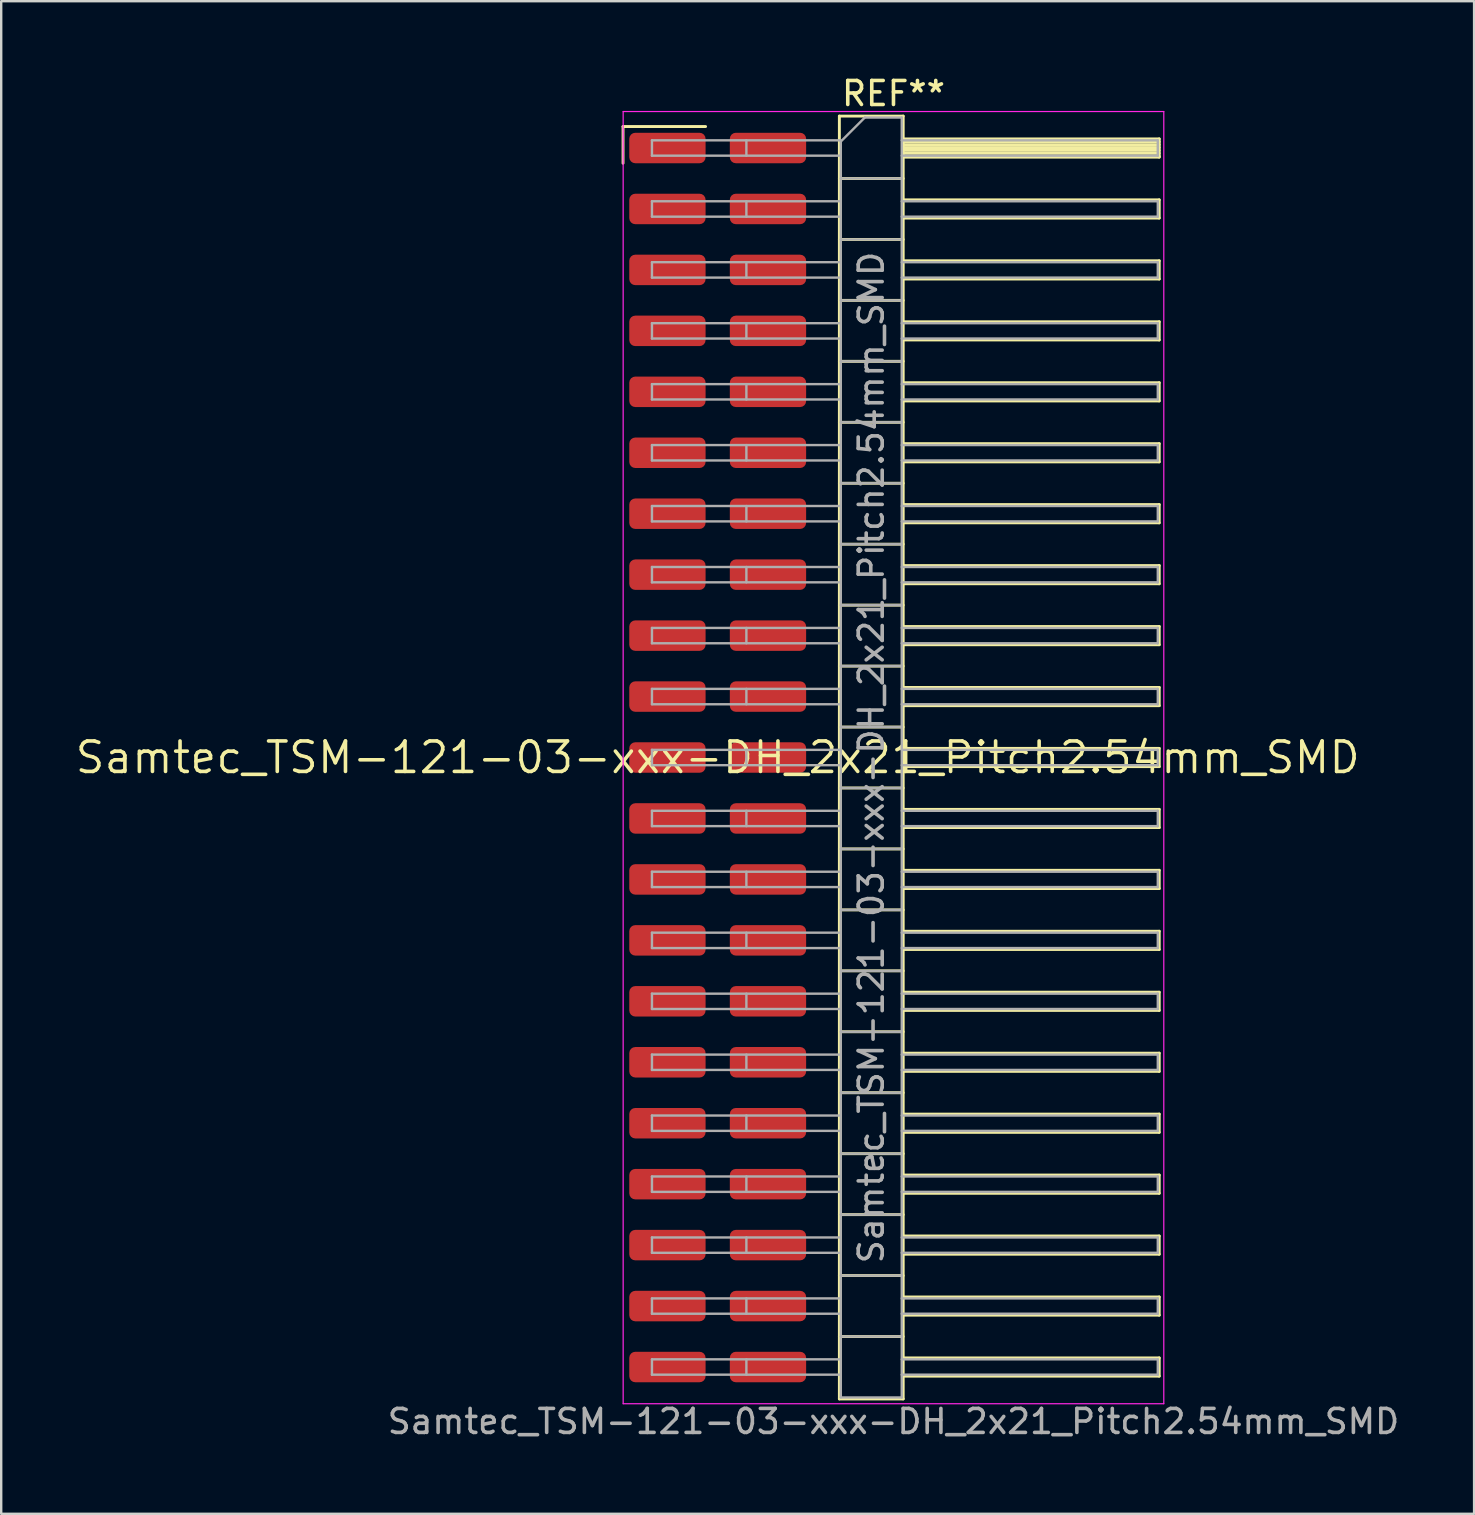
<source format=kicad_pcb>
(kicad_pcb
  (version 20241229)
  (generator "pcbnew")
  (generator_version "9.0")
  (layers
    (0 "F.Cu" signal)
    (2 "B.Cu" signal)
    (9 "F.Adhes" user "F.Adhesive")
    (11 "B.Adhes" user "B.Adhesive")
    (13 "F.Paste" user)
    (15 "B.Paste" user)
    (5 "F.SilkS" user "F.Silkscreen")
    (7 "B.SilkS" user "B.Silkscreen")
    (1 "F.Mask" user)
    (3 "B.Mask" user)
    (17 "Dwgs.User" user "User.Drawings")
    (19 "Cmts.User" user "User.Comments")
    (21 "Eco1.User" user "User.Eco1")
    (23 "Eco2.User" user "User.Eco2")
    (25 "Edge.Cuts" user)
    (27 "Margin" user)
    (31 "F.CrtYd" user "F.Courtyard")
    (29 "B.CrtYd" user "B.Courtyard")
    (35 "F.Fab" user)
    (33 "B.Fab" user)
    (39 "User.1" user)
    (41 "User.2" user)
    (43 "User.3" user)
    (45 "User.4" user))
  (footprint "Samtec_TSM-121-03-xxx-DH_2x21_Pitch2.54mm_SMD"
    (layer "F.Cu")
    (at 26.859 28.518)
    (property "Reference" "Samtec_TSM-121-03-xxx-DH_2x21_Pitch2.54mm_SMD" (at 0 0 0) (layer "F.SilkS") (effects (font (size 1.27 1.27) (thickness 0.15))))
    (attr smd)
    (fp_line (start -3.945 -26.295) (end -0.505 -26.295) (stroke (width 0.12) (type solid)) (layer "F.SilkS"))
    (fp_line (start -3.945 -24.765) (end -3.945 -26.295) (stroke (width 0.12) (type solid)) (layer "F.SilkS"))
    (fp_line (start 5.07 -26.73) (end 7.73 -26.73) (stroke (width 0.12) (type solid)) (layer "F.SilkS"))
    (fp_line (start 5.07 -24.13) (end 7.73 -24.13) (stroke (width 0.12) (type solid)) (layer "F.SilkS"))
    (fp_line (start 5.07 -21.59) (end 7.73 -21.59) (stroke (width 0.12) (type solid)) (layer "F.SilkS"))
    (fp_line (start 5.07 -19.05) (end 7.73 -19.05) (stroke (width 0.12) (type solid)) (layer "F.SilkS"))
    (fp_line (start 5.07 -16.51) (end 7.73 -16.51) (stroke (width 0.12) (type solid)) (layer "F.SilkS"))
    (fp_line (start 5.07 -13.97) (end 7.73 -13.97) (stroke (width 0.12) (type solid)) (layer "F.SilkS"))
    (fp_line (start 5.07 -11.43) (end 7.73 -11.43) (stroke (width 0.12) (type solid)) (layer "F.SilkS"))
    (fp_line (start 5.07 -8.89) (end 7.73 -8.89) (stroke (width 0.12) (type solid)) (layer "F.SilkS"))
    (fp_line (start 5.07 -6.35) (end 7.73 -6.35) (stroke (width 0.12) (type solid)) (layer "F.SilkS"))
    (fp_line (start 5.07 -3.81) (end 7.73 -3.81) (stroke (width 0.12) (type solid)) (layer "F.SilkS"))
    (fp_line (start 5.07 -1.27) (end 7.73 -1.27) (stroke (width 0.12) (type solid)) (layer "F.SilkS"))
    (fp_line (start 5.07 1.27) (end 7.73 1.27) (stroke (width 0.12) (type solid)) (layer "F.SilkS"))
    (fp_line (start 5.07 3.81) (end 7.73 3.81) (stroke (width 0.12) (type solid)) (layer "F.SilkS"))
    (fp_line (start 5.07 6.35) (end 7.73 6.35) (stroke (width 0.12) (type solid)) (layer "F.SilkS"))
    (fp_line (start 5.07 8.89) (end 7.73 8.89) (stroke (width 0.12) (type solid)) (layer "F.SilkS"))
    (fp_line (start 5.07 11.43) (end 7.73 11.43) (stroke (width 0.12) (type solid)) (layer "F.SilkS"))
    (fp_line (start 5.07 13.97) (end 7.73 13.97) (stroke (width 0.12) (type solid)) (layer "F.SilkS"))
    (fp_line (start 5.07 16.51) (end 7.73 16.51) (stroke (width 0.12) (type solid)) (layer "F.SilkS"))
    (fp_line (start 5.07 19.05) (end 7.73 19.05) (stroke (width 0.12) (type solid)) (layer "F.SilkS"))
    (fp_line (start 5.07 21.59) (end 7.73 21.59) (stroke (width 0.12) (type solid)) (layer "F.SilkS"))
    (fp_line (start 5.07 24.13) (end 7.73 24.13) (stroke (width 0.12) (type solid)) (layer "F.SilkS"))
    (fp_line (start 5.07 26.73) (end 5.07 -26.73) (stroke (width 0.12) (type solid)) (layer "F.SilkS"))
    (fp_line (start 7.73 -26.73) (end 7.73 26.73) (stroke (width 0.12) (type solid)) (layer "F.SilkS"))
    (fp_line (start 7.73 -25.78) (end 18.4 -25.78) (stroke (width 0.12) (type solid)) (layer "F.SilkS"))
    (fp_line (start 7.73 -25.66) (end 18.4 -25.66) (stroke (width 0.12) (type solid)) (layer "F.SilkS"))
    (fp_line (start 7.73 -25.54) (end 18.4 -25.54) (stroke (width 0.12) (type solid)) (layer "F.SilkS"))
    (fp_line (start 7.73 -25.42) (end 18.4 -25.42) (stroke (width 0.12) (type solid)) (layer "F.SilkS"))
    (fp_line (start 7.73 -25.3) (end 18.4 -25.3) (stroke (width 0.12) (type solid)) (layer "F.SilkS"))
    (fp_line (start 7.73 -25.18) (end 18.4 -25.18) (stroke (width 0.12) (type solid)) (layer "F.SilkS"))
    (fp_line (start 7.73 -25.06) (end 18.4 -25.06) (stroke (width 0.12) (type solid)) (layer "F.SilkS"))
    (fp_line (start 7.73 -25.02) (end 18.4 -25.02) (stroke (width 0.12) (type solid)) (layer "F.SilkS"))
    (fp_line (start 7.73 -23.24) (end 18.4 -23.24) (stroke (width 0.12) (type solid)) (layer "F.SilkS"))
    (fp_line (start 7.73 -22.48) (end 18.4 -22.48) (stroke (width 0.12) (type solid)) (layer "F.SilkS"))
    (fp_line (start 7.73 -20.7) (end 18.4 -20.7) (stroke (width 0.12) (type solid)) (layer "F.SilkS"))
    (fp_line (start 7.73 -19.94) (end 18.4 -19.94) (stroke (width 0.12) (type solid)) (layer "F.SilkS"))
    (fp_line (start 7.73 -18.16) (end 18.4 -18.16) (stroke (width 0.12) (type solid)) (layer "F.SilkS"))
    (fp_line (start 7.73 -17.4) (end 18.4 -17.4) (stroke (width 0.12) (type solid)) (layer "F.SilkS"))
    (fp_line (start 7.73 -15.62) (end 18.4 -15.62) (stroke (width 0.12) (type solid)) (layer "F.SilkS"))
    (fp_line (start 7.73 -14.86) (end 18.4 -14.86) (stroke (width 0.12) (type solid)) (layer "F.SilkS"))
    (fp_line (start 7.73 -13.08) (end 18.4 -13.08) (stroke (width 0.12) (type solid)) (layer "F.SilkS"))
    (fp_line (start 7.73 -12.32) (end 18.4 -12.32) (stroke (width 0.12) (type solid)) (layer "F.SilkS"))
    (fp_line (start 7.73 -10.54) (end 18.4 -10.54) (stroke (width 0.12) (type solid)) (layer "F.SilkS"))
    (fp_line (start 7.73 -9.78) (end 18.4 -9.78) (stroke (width 0.12) (type solid)) (layer "F.SilkS"))
    (fp_line (start 7.73 -8) (end 18.4 -8) (stroke (width 0.12) (type solid)) (layer "F.SilkS"))
    (fp_line (start 7.73 -7.24) (end 18.4 -7.24) (stroke (width 0.12) (type solid)) (layer "F.SilkS"))
    (fp_line (start 7.73 -5.46) (end 18.4 -5.46) (stroke (width 0.12) (type solid)) (layer "F.SilkS"))
    (fp_line (start 7.73 -4.7) (end 18.4 -4.7) (stroke (width 0.12) (type solid)) (layer "F.SilkS"))
    (fp_line (start 7.73 -2.92) (end 18.4 -2.92) (stroke (width 0.12) (type solid)) (layer "F.SilkS"))
    (fp_line (start 7.73 -2.16) (end 18.4 -2.16) (stroke (width 0.12) (type solid)) (layer "F.SilkS"))
    (fp_line (start 7.73 -0.38) (end 18.4 -0.38) (stroke (width 0.12) (type solid)) (layer "F.SilkS"))
    (fp_line (start 7.73 0.38) (end 18.4 0.38) (stroke (width 0.12) (type solid)) (layer "F.SilkS"))
    (fp_line (start 7.73 2.16) (end 18.4 2.16) (stroke (width 0.12) (type solid)) (layer "F.SilkS"))
    (fp_line (start 7.73 2.92) (end 18.4 2.92) (stroke (width 0.12) (type solid)) (layer "F.SilkS"))
    (fp_line (start 7.73 4.7) (end 18.4 4.7) (stroke (width 0.12) (type solid)) (layer "F.SilkS"))
    (fp_line (start 7.73 5.46) (end 18.4 5.46) (stroke (width 0.12) (type solid)) (layer "F.SilkS"))
    (fp_line (start 7.73 7.24) (end 18.4 7.24) (stroke (width 0.12) (type solid)) (layer "F.SilkS"))
    (fp_line (start 7.73 8) (end 18.4 8) (stroke (width 0.12) (type solid)) (layer "F.SilkS"))
    (fp_line (start 7.73 9.78) (end 18.4 9.78) (stroke (width 0.12) (type solid)) (layer "F.SilkS"))
    (fp_line (start 7.73 10.54) (end 18.4 10.54) (stroke (width 0.12) (type solid)) (layer "F.SilkS"))
    (fp_line (start 7.73 12.32) (end 18.4 12.32) (stroke (width 0.12) (type solid)) (layer "F.SilkS"))
    (fp_line (start 7.73 13.08) (end 18.4 13.08) (stroke (width 0.12) (type solid)) (layer "F.SilkS"))
    (fp_line (start 7.73 14.86) (end 18.4 14.86) (stroke (width 0.12) (type solid)) (layer "F.SilkS"))
    (fp_line (start 7.73 15.62) (end 18.4 15.62) (stroke (width 0.12) (type solid)) (layer "F.SilkS"))
    (fp_line (start 7.73 17.4) (end 18.4 17.4) (stroke (width 0.12) (type solid)) (layer "F.SilkS"))
    (fp_line (start 7.73 18.16) (end 18.4 18.16) (stroke (width 0.12) (type solid)) (layer "F.SilkS"))
    (fp_line (start 7.73 19.94) (end 18.4 19.94) (stroke (width 0.12) (type solid)) (layer "F.SilkS"))
    (fp_line (start 7.73 20.7) (end 18.4 20.7) (stroke (width 0.12) (type solid)) (layer "F.SilkS"))
    (fp_line (start 7.73 22.48) (end 18.4 22.48) (stroke (width 0.12) (type solid)) (layer "F.SilkS"))
    (fp_line (start 7.73 23.24) (end 18.4 23.24) (stroke (width 0.12) (type solid)) (layer "F.SilkS"))
    (fp_line (start 7.73 25.02) (end 18.4 25.02) (stroke (width 0.12) (type solid)) (layer "F.SilkS"))
    (fp_line (start 7.73 25.78) (end 18.4 25.78) (stroke (width 0.12) (type solid)) (layer "F.SilkS"))
    (fp_line (start 7.73 26.73) (end 5.07 26.73) (stroke (width 0.12) (type solid)) (layer "F.SilkS"))
    (fp_line (start 18.4 -25.78) (end 18.4 -25.02) (stroke (width 0.12) (type solid)) (layer "F.SilkS"))
    (fp_line (start 18.4 -23.24) (end 18.4 -22.48) (stroke (width 0.12) (type solid)) (layer "F.SilkS"))
    (fp_line (start 18.4 -20.7) (end 18.4 -19.94) (stroke (width 0.12) (type solid)) (layer "F.SilkS"))
    (fp_line (start 18.4 -18.16) (end 18.4 -17.4) (stroke (width 0.12) (type solid)) (layer "F.SilkS"))
    (fp_line (start 18.4 -15.62) (end 18.4 -14.86) (stroke (width 0.12) (type solid)) (layer "F.SilkS"))
    (fp_line (start 18.4 -13.08) (end 18.4 -12.32) (stroke (width 0.12) (type solid)) (layer "F.SilkS"))
    (fp_line (start 18.4 -10.54) (end 18.4 -9.78) (stroke (width 0.12) (type solid)) (layer "F.SilkS"))
    (fp_line (start 18.4 -8) (end 18.4 -7.24) (stroke (width 0.12) (type solid)) (layer "F.SilkS"))
    (fp_line (start 18.4 -5.46) (end 18.4 -4.7) (stroke (width 0.12) (type solid)) (layer "F.SilkS"))
    (fp_line (start 18.4 -2.92) (end 18.4 -2.16) (stroke (width 0.12) (type solid)) (layer "F.SilkS"))
    (fp_line (start 18.4 -0.38) (end 18.4 0.38) (stroke (width 0.12) (type solid)) (layer "F.SilkS"))
    (fp_line (start 18.4 2.16) (end 18.4 2.92) (stroke (width 0.12) (type solid)) (layer "F.SilkS"))
    (fp_line (start 18.4 4.7) (end 18.4 5.46) (stroke (width 0.12) (type solid)) (layer "F.SilkS"))
    (fp_line (start 18.4 7.24) (end 18.4 8) (stroke (width 0.12) (type solid)) (layer "F.SilkS"))
    (fp_line (start 18.4 9.78) (end 18.4 10.54) (stroke (width 0.12) (type solid)) (layer "F.SilkS"))
    (fp_line (start 18.4 12.32) (end 18.4 13.08) (stroke (width 0.12) (type solid)) (layer "F.SilkS"))
    (fp_line (start 18.4 14.86) (end 18.4 15.62) (stroke (width 0.12) (type solid)) (layer "F.SilkS"))
    (fp_line (start 18.4 17.4) (end 18.4 18.16) (stroke (width 0.12) (type solid)) (layer "F.SilkS"))
    (fp_line (start 18.4 19.94) (end 18.4 20.7) (stroke (width 0.12) (type solid)) (layer "F.SilkS"))
    (fp_line (start 18.4 22.48) (end 18.4 23.24) (stroke (width 0.12) (type solid)) (layer "F.SilkS"))
    (fp_line (start 18.4 25.02) (end 18.4 25.78) (stroke (width 0.12) (type solid)) (layer "F.SilkS"))
    (fp_line (start -3.94 -26.92) (end 18.59 -26.92) (stroke (width 0.05) (type solid)) (layer "F.CrtYd"))
    (fp_line (start -3.94 26.93) (end -3.94 -26.92) (stroke (width 0.05) (type solid)) (layer "F.CrtYd"))
    (fp_line (start 18.59 -26.92) (end 18.59 26.93) (stroke (width 0.05) (type solid)) (layer "F.CrtYd"))
    (fp_line (start 18.59 26.93) (end -3.94 26.93) (stroke (width 0.05) (type solid)) (layer "F.CrtYd"))
    (fp_line (start -2.74 -25.72) (end -2.74 -25.08) (stroke (width 0.1) (type solid)) (layer "F.Fab"))
    (fp_line (start -2.74 -25.72) (end 5.13 -25.72) (stroke (width 0.1) (type solid)) (layer "F.Fab"))
    (fp_line (start -2.74 -25.08) (end 5.13 -25.08) (stroke (width 0.1) (type solid)) (layer "F.Fab"))
    (fp_line (start -2.74 -23.18) (end -2.74 -22.54) (stroke (width 0.1) (type solid)) (layer "F.Fab"))
    (fp_line (start -2.74 -23.18) (end 5.13 -23.18) (stroke (width 0.1) (type solid)) (layer "F.Fab"))
    (fp_line (start -2.74 -22.54) (end 5.13 -22.54) (stroke (width 0.1) (type solid)) (layer "F.Fab"))
    (fp_line (start -2.74 -20.64) (end -2.74 -20) (stroke (width 0.1) (type solid)) (layer "F.Fab"))
    (fp_line (start -2.74 -20.64) (end 5.13 -20.64) (stroke (width 0.1) (type solid)) (layer "F.Fab"))
    (fp_line (start -2.74 -20) (end 5.13 -20) (stroke (width 0.1) (type solid)) (layer "F.Fab"))
    (fp_line (start -2.74 -18.1) (end -2.74 -17.46) (stroke (width 0.1) (type solid)) (layer "F.Fab"))
    (fp_line (start -2.74 -18.1) (end 5.13 -18.1) (stroke (width 0.1) (type solid)) (layer "F.Fab"))
    (fp_line (start -2.74 -17.46) (end 5.13 -17.46) (stroke (width 0.1) (type solid)) (layer "F.Fab"))
    (fp_line (start -2.74 -15.56) (end -2.74 -14.92) (stroke (width 0.1) (type solid)) (layer "F.Fab"))
    (fp_line (start -2.74 -15.56) (end 5.13 -15.56) (stroke (width 0.1) (type solid)) (layer "F.Fab"))
    (fp_line (start -2.74 -14.92) (end 5.13 -14.92) (stroke (width 0.1) (type solid)) (layer "F.Fab"))
    (fp_line (start -2.74 -13.02) (end -2.74 -12.38) (stroke (width 0.1) (type solid)) (layer "F.Fab"))
    (fp_line (start -2.74 -13.02) (end 5.13 -13.02) (stroke (width 0.1) (type solid)) (layer "F.Fab"))
    (fp_line (start -2.74 -12.38) (end 5.13 -12.38) (stroke (width 0.1) (type solid)) (layer "F.Fab"))
    (fp_line (start -2.74 -10.48) (end -2.74 -9.84) (stroke (width 0.1) (type solid)) (layer "F.Fab"))
    (fp_line (start -2.74 -10.48) (end 5.13 -10.48) (stroke (width 0.1) (type solid)) (layer "F.Fab"))
    (fp_line (start -2.74 -9.84) (end 5.13 -9.84) (stroke (width 0.1) (type solid)) (layer "F.Fab"))
    (fp_line (start -2.74 -7.94) (end -2.74 -7.3) (stroke (width 0.1) (type solid)) (layer "F.Fab"))
    (fp_line (start -2.74 -7.94) (end 5.13 -7.94) (stroke (width 0.1) (type solid)) (layer "F.Fab"))
    (fp_line (start -2.74 -7.3) (end 5.13 -7.3) (stroke (width 0.1) (type solid)) (layer "F.Fab"))
    (fp_line (start -2.74 -5.4) (end -2.74 -4.76) (stroke (width 0.1) (type solid)) (layer "F.Fab"))
    (fp_line (start -2.74 -5.4) (end 5.13 -5.4) (stroke (width 0.1) (type solid)) (layer "F.Fab"))
    (fp_line (start -2.74 -4.76) (end 5.13 -4.76) (stroke (width 0.1) (type solid)) (layer "F.Fab"))
    (fp_line (start -2.74 -2.86) (end -2.74 -2.22) (stroke (width 0.1) (type solid)) (layer "F.Fab"))
    (fp_line (start -2.74 -2.86) (end 5.13 -2.86) (stroke (width 0.1) (type solid)) (layer "F.Fab"))
    (fp_line (start -2.74 -2.22) (end 5.13 -2.22) (stroke (width 0.1) (type solid)) (layer "F.Fab"))
    (fp_line (start -2.74 -0.32) (end -2.74 0.32) (stroke (width 0.1) (type solid)) (layer "F.Fab"))
    (fp_line (start -2.74 -0.32) (end 5.13 -0.32) (stroke (width 0.1) (type solid)) (layer "F.Fab"))
    (fp_line (start -2.74 0.32) (end 5.13 0.32) (stroke (width 0.1) (type solid)) (layer "F.Fab"))
    (fp_line (start -2.74 2.22) (end -2.74 2.86) (stroke (width 0.1) (type solid)) (layer "F.Fab"))
    (fp_line (start -2.74 2.22) (end 5.13 2.22) (stroke (width 0.1) (type solid)) (layer "F.Fab"))
    (fp_line (start -2.74 2.86) (end 5.13 2.86) (stroke (width 0.1) (type solid)) (layer "F.Fab"))
    (fp_line (start -2.74 4.76) (end -2.74 5.4) (stroke (width 0.1) (type solid)) (layer "F.Fab"))
    (fp_line (start -2.74 4.76) (end 5.13 4.76) (stroke (width 0.1) (type solid)) (layer "F.Fab"))
    (fp_line (start -2.74 5.4) (end 5.13 5.4) (stroke (width 0.1) (type solid)) (layer "F.Fab"))
    (fp_line (start -2.74 7.3) (end -2.74 7.94) (stroke (width 0.1) (type solid)) (layer "F.Fab"))
    (fp_line (start -2.74 7.3) (end 5.13 7.3) (stroke (width 0.1) (type solid)) (layer "F.Fab"))
    (fp_line (start -2.74 7.94) (end 5.13 7.94) (stroke (width 0.1) (type solid)) (layer "F.Fab"))
    (fp_line (start -2.74 9.84) (end -2.74 10.48) (stroke (width 0.1) (type solid)) (layer "F.Fab"))
    (fp_line (start -2.74 9.84) (end 5.13 9.84) (stroke (width 0.1) (type solid)) (layer "F.Fab"))
    (fp_line (start -2.74 10.48) (end 5.13 10.48) (stroke (width 0.1) (type solid)) (layer "F.Fab"))
    (fp_line (start -2.74 12.38) (end -2.74 13.02) (stroke (width 0.1) (type solid)) (layer "F.Fab"))
    (fp_line (start -2.74 12.38) (end 5.13 12.38) (stroke (width 0.1) (type solid)) (layer "F.Fab"))
    (fp_line (start -2.74 13.02) (end 5.13 13.02) (stroke (width 0.1) (type solid)) (layer "F.Fab"))
    (fp_line (start -2.74 14.92) (end -2.74 15.56) (stroke (width 0.1) (type solid)) (layer "F.Fab"))
    (fp_line (start -2.74 14.92) (end 5.13 14.92) (stroke (width 0.1) (type solid)) (layer "F.Fab"))
    (fp_line (start -2.74 15.56) (end 5.13 15.56) (stroke (width 0.1) (type solid)) (layer "F.Fab"))
    (fp_line (start -2.74 17.46) (end -2.74 18.1) (stroke (width 0.1) (type solid)) (layer "F.Fab"))
    (fp_line (start -2.74 17.46) (end 5.13 17.46) (stroke (width 0.1) (type solid)) (layer "F.Fab"))
    (fp_line (start -2.74 18.1) (end 5.13 18.1) (stroke (width 0.1) (type solid)) (layer "F.Fab"))
    (fp_line (start -2.74 20) (end -2.74 20.64) (stroke (width 0.1) (type solid)) (layer "F.Fab"))
    (fp_line (start -2.74 20) (end 5.13 20) (stroke (width 0.1) (type solid)) (layer "F.Fab"))
    (fp_line (start -2.74 20.64) (end 5.13 20.64) (stroke (width 0.1) (type solid)) (layer "F.Fab"))
    (fp_line (start -2.74 22.54) (end -2.74 23.18) (stroke (width 0.1) (type solid)) (layer "F.Fab"))
    (fp_line (start -2.74 22.54) (end 5.13 22.54) (stroke (width 0.1) (type solid)) (layer "F.Fab"))
    (fp_line (start -2.74 23.18) (end 5.13 23.18) (stroke (width 0.1) (type solid)) (layer "F.Fab"))
    (fp_line (start -2.74 25.08) (end -2.74 25.72) (stroke (width 0.1) (type solid)) (layer "F.Fab"))
    (fp_line (start -2.74 25.08) (end 5.13 25.08) (stroke (width 0.1) (type solid)) (layer "F.Fab"))
    (fp_line (start -2.74 25.72) (end 5.13 25.72) (stroke (width 0.1) (type solid)) (layer "F.Fab"))
    (fp_line (start 1.195 -25.72) (end 1.195 -25.08) (stroke (width 0.1) (type solid)) (layer "F.Fab"))
    (fp_line (start 1.195 -23.18) (end 1.195 -22.54) (stroke (width 0.1) (type solid)) (layer "F.Fab"))
    (fp_line (start 1.195 -20.64) (end 1.195 -20) (stroke (width 0.1) (type solid)) (layer "F.Fab"))
    (fp_line (start 1.195 -18.1) (end 1.195 -17.46) (stroke (width 0.1) (type solid)) (layer "F.Fab"))
    (fp_line (start 1.195 -15.56) (end 1.195 -14.92) (stroke (width 0.1) (type solid)) (layer "F.Fab"))
    (fp_line (start 1.195 -13.02) (end 1.195 -12.38) (stroke (width 0.1) (type solid)) (layer "F.Fab"))
    (fp_line (start 1.195 -10.48) (end 1.195 -9.84) (stroke (width 0.1) (type solid)) (layer "F.Fab"))
    (fp_line (start 1.195 -7.94) (end 1.195 -7.3) (stroke (width 0.1) (type solid)) (layer "F.Fab"))
    (fp_line (start 1.195 -5.4) (end 1.195 -4.76) (stroke (width 0.1) (type solid)) (layer "F.Fab"))
    (fp_line (start 1.195 -2.86) (end 1.195 -2.22) (stroke (width 0.1) (type solid)) (layer "F.Fab"))
    (fp_line (start 1.195 -0.32) (end 1.195 0.32) (stroke (width 0.1) (type solid)) (layer "F.Fab"))
    (fp_line (start 1.195 2.22) (end 1.195 2.86) (stroke (width 0.1) (type solid)) (layer "F.Fab"))
    (fp_line (start 1.195 4.76) (end 1.195 5.4) (stroke (width 0.1) (type solid)) (layer "F.Fab"))
    (fp_line (start 1.195 7.3) (end 1.195 7.94) (stroke (width 0.1) (type solid)) (layer "F.Fab"))
    (fp_line (start 1.195 9.84) (end 1.195 10.48) (stroke (width 0.1) (type solid)) (layer "F.Fab"))
    (fp_line (start 1.195 12.38) (end 1.195 13.02) (stroke (width 0.1) (type solid)) (layer "F.Fab"))
    (fp_line (start 1.195 14.92) (end 1.195 15.56) (stroke (width 0.1) (type solid)) (layer "F.Fab"))
    (fp_line (start 1.195 17.46) (end 1.195 18.1) (stroke (width 0.1) (type solid)) (layer "F.Fab"))
    (fp_line (start 1.195 20) (end 1.195 20.64) (stroke (width 0.1) (type solid)) (layer "F.Fab"))
    (fp_line (start 1.195 22.54) (end 1.195 23.18) (stroke (width 0.1) (type solid)) (layer "F.Fab"))
    (fp_line (start 1.195 25.08) (end 1.195 25.72) (stroke (width 0.1) (type solid)) (layer "F.Fab"))
    (fp_line (start 5.13 -25.67) (end 6.13 -26.67) (stroke (width 0.1) (type solid)) (layer "F.Fab"))
    (fp_line (start 5.13 -24.13) (end 7.67 -24.13) (stroke (width 0.1) (type solid)) (layer "F.Fab"))
    (fp_line (start 5.13 -21.59) (end 7.67 -21.59) (stroke (width 0.1) (type solid)) (layer "F.Fab"))
    (fp_line (start 5.13 -19.05) (end 7.67 -19.05) (stroke (width 0.1) (type solid)) (layer "F.Fab"))
    (fp_line (start 5.13 -16.51) (end 7.67 -16.51) (stroke (width 0.1) (type solid)) (layer "F.Fab"))
    (fp_line (start 5.13 -13.97) (end 7.67 -13.97) (stroke (width 0.1) (type solid)) (layer "F.Fab"))
    (fp_line (start 5.13 -11.43) (end 7.67 -11.43) (stroke (width 0.1) (type solid)) (layer "F.Fab"))
    (fp_line (start 5.13 -8.89) (end 7.67 -8.89) (stroke (width 0.1) (type solid)) (layer "F.Fab"))
    (fp_line (start 5.13 -6.35) (end 7.67 -6.35) (stroke (width 0.1) (type solid)) (layer "F.Fab"))
    (fp_line (start 5.13 -3.81) (end 7.67 -3.81) (stroke (width 0.1) (type solid)) (layer "F.Fab"))
    (fp_line (start 5.13 -1.27) (end 7.67 -1.27) (stroke (width 0.1) (type solid)) (layer "F.Fab"))
    (fp_line (start 5.13 1.27) (end 7.67 1.27) (stroke (width 0.1) (type solid)) (layer "F.Fab"))
    (fp_line (start 5.13 3.81) (end 7.67 3.81) (stroke (width 0.1) (type solid)) (layer "F.Fab"))
    (fp_line (start 5.13 6.35) (end 7.67 6.35) (stroke (width 0.1) (type solid)) (layer "F.Fab"))
    (fp_line (start 5.13 8.89) (end 7.67 8.89) (stroke (width 0.1) (type solid)) (layer "F.Fab"))
    (fp_line (start 5.13 11.43) (end 7.67 11.43) (stroke (width 0.1) (type solid)) (layer "F.Fab"))
    (fp_line (start 5.13 13.97) (end 7.67 13.97) (stroke (width 0.1) (type solid)) (layer "F.Fab"))
    (fp_line (start 5.13 16.51) (end 7.67 16.51) (stroke (width 0.1) (type solid)) (layer "F.Fab"))
    (fp_line (start 5.13 19.05) (end 7.67 19.05) (stroke (width 0.1) (type solid)) (layer "F.Fab"))
    (fp_line (start 5.13 21.59) (end 7.67 21.59) (stroke (width 0.1) (type solid)) (layer "F.Fab"))
    (fp_line (start 5.13 24.13) (end 7.67 24.13) (stroke (width 0.1) (type solid)) (layer "F.Fab"))
    (fp_line (start 5.13 26.67) (end 5.13 -25.67) (stroke (width 0.1) (type solid)) (layer "F.Fab"))
    (fp_line (start 6.13 -26.67) (end 7.67 -26.67) (stroke (width 0.1) (type solid)) (layer "F.Fab"))
    (fp_line (start 7.67 -26.67) (end 7.67 26.67) (stroke (width 0.1) (type solid)) (layer "F.Fab"))
    (fp_line (start 7.67 -25.72) (end 18.34 -25.72) (stroke (width 0.1) (type solid)) (layer "F.Fab"))
    (fp_line (start 7.67 -25.08) (end 18.34 -25.08) (stroke (width 0.1) (type solid)) (layer "F.Fab"))
    (fp_line (start 7.67 -23.18) (end 18.34 -23.18) (stroke (width 0.1) (type solid)) (layer "F.Fab"))
    (fp_line (start 7.67 -22.54) (end 18.34 -22.54) (stroke (width 0.1) (type solid)) (layer "F.Fab"))
    (fp_line (start 7.67 -20.64) (end 18.34 -20.64) (stroke (width 0.1) (type solid)) (layer "F.Fab"))
    (fp_line (start 7.67 -20) (end 18.34 -20) (stroke (width 0.1) (type solid)) (layer "F.Fab"))
    (fp_line (start 7.67 -18.1) (end 18.34 -18.1) (stroke (width 0.1) (type solid)) (layer "F.Fab"))
    (fp_line (start 7.67 -17.46) (end 18.34 -17.46) (stroke (width 0.1) (type solid)) (layer "F.Fab"))
    (fp_line (start 7.67 -15.56) (end 18.34 -15.56) (stroke (width 0.1) (type solid)) (layer "F.Fab"))
    (fp_line (start 7.67 -14.92) (end 18.34 -14.92) (stroke (width 0.1) (type solid)) (layer "F.Fab"))
    (fp_line (start 7.67 -13.02) (end 18.34 -13.02) (stroke (width 0.1) (type solid)) (layer "F.Fab"))
    (fp_line (start 7.67 -12.38) (end 18.34 -12.38) (stroke (width 0.1) (type solid)) (layer "F.Fab"))
    (fp_line (start 7.67 -10.48) (end 18.34 -10.48) (stroke (width 0.1) (type solid)) (layer "F.Fab"))
    (fp_line (start 7.67 -9.84) (end 18.34 -9.84) (stroke (width 0.1) (type solid)) (layer "F.Fab"))
    (fp_line (start 7.67 -7.94) (end 18.34 -7.94) (stroke (width 0.1) (type solid)) (layer "F.Fab"))
    (fp_line (start 7.67 -7.3) (end 18.34 -7.3) (stroke (width 0.1) (type solid)) (layer "F.Fab"))
    (fp_line (start 7.67 -5.4) (end 18.34 -5.4) (stroke (width 0.1) (type solid)) (layer "F.Fab"))
    (fp_line (start 7.67 -4.76) (end 18.34 -4.76) (stroke (width 0.1) (type solid)) (layer "F.Fab"))
    (fp_line (start 7.67 -2.86) (end 18.34 -2.86) (stroke (width 0.1) (type solid)) (layer "F.Fab"))
    (fp_line (start 7.67 -2.22) (end 18.34 -2.22) (stroke (width 0.1) (type solid)) (layer "F.Fab"))
    (fp_line (start 7.67 -0.32) (end 18.34 -0.32) (stroke (width 0.1) (type solid)) (layer "F.Fab"))
    (fp_line (start 7.67 0.32) (end 18.34 0.32) (stroke (width 0.1) (type solid)) (layer "F.Fab"))
    (fp_line (start 7.67 2.22) (end 18.34 2.22) (stroke (width 0.1) (type solid)) (layer "F.Fab"))
    (fp_line (start 7.67 2.86) (end 18.34 2.86) (stroke (width 0.1) (type solid)) (layer "F.Fab"))
    (fp_line (start 7.67 4.76) (end 18.34 4.76) (stroke (width 0.1) (type solid)) (layer "F.Fab"))
    (fp_line (start 7.67 5.4) (end 18.34 5.4) (stroke (width 0.1) (type solid)) (layer "F.Fab"))
    (fp_line (start 7.67 7.3) (end 18.34 7.3) (stroke (width 0.1) (type solid)) (layer "F.Fab"))
    (fp_line (start 7.67 7.94) (end 18.34 7.94) (stroke (width 0.1) (type solid)) (layer "F.Fab"))
    (fp_line (start 7.67 9.84) (end 18.34 9.84) (stroke (width 0.1) (type solid)) (layer "F.Fab"))
    (fp_line (start 7.67 10.48) (end 18.34 10.48) (stroke (width 0.1) (type solid)) (layer "F.Fab"))
    (fp_line (start 7.67 12.38) (end 18.34 12.38) (stroke (width 0.1) (type solid)) (layer "F.Fab"))
    (fp_line (start 7.67 13.02) (end 18.34 13.02) (stroke (width 0.1) (type solid)) (layer "F.Fab"))
    (fp_line (start 7.67 14.92) (end 18.34 14.92) (stroke (width 0.1) (type solid)) (layer "F.Fab"))
    (fp_line (start 7.67 15.56) (end 18.34 15.56) (stroke (width 0.1) (type solid)) (layer "F.Fab"))
    (fp_line (start 7.67 17.46) (end 18.34 17.46) (stroke (width 0.1) (type solid)) (layer "F.Fab"))
    (fp_line (start 7.67 18.1) (end 18.34 18.1) (stroke (width 0.1) (type solid)) (layer "F.Fab"))
    (fp_line (start 7.67 20) (end 18.34 20) (stroke (width 0.1) (type solid)) (layer "F.Fab"))
    (fp_line (start 7.67 20.64) (end 18.34 20.64) (stroke (width 0.1) (type solid)) (layer "F.Fab"))
    (fp_line (start 7.67 22.54) (end 18.34 22.54) (stroke (width 0.1) (type solid)) (layer "F.Fab"))
    (fp_line (start 7.67 23.18) (end 18.34 23.18) (stroke (width 0.1) (type solid)) (layer "F.Fab"))
    (fp_line (start 7.67 25.08) (end 18.34 25.08) (stroke (width 0.1) (type solid)) (layer "F.Fab"))
    (fp_line (start 7.67 25.72) (end 18.34 25.72) (stroke (width 0.1) (type solid)) (layer "F.Fab"))
    (fp_line (start 7.67 26.67) (end 5.13 26.67) (stroke (width 0.1) (type solid)) (layer "F.Fab"))
    (fp_line (start 18.34 -25.72) (end 18.34 -25.08) (stroke (width 0.1) (type solid)) (layer "F.Fab"))
    (fp_line (start 18.34 -23.18) (end 18.34 -22.54) (stroke (width 0.1) (type solid)) (layer "F.Fab"))
    (fp_line (start 18.34 -20.64) (end 18.34 -20) (stroke (width 0.1) (type solid)) (layer "F.Fab"))
    (fp_line (start 18.34 -18.1) (end 18.34 -17.46) (stroke (width 0.1) (type solid)) (layer "F.Fab"))
    (fp_line (start 18.34 -15.56) (end 18.34 -14.92) (stroke (width 0.1) (type solid)) (layer "F.Fab"))
    (fp_line (start 18.34 -13.02) (end 18.34 -12.38) (stroke (width 0.1) (type solid)) (layer "F.Fab"))
    (fp_line (start 18.34 -10.48) (end 18.34 -9.84) (stroke (width 0.1) (type solid)) (layer "F.Fab"))
    (fp_line (start 18.34 -7.94) (end 18.34 -7.3) (stroke (width 0.1) (type solid)) (layer "F.Fab"))
    (fp_line (start 18.34 -5.4) (end 18.34 -4.76) (stroke (width 0.1) (type solid)) (layer "F.Fab"))
    (fp_line (start 18.34 -2.86) (end 18.34 -2.22) (stroke (width 0.1) (type solid)) (layer "F.Fab"))
    (fp_line (start 18.34 -0.32) (end 18.34 0.32) (stroke (width 0.1) (type solid)) (layer "F.Fab"))
    (fp_line (start 18.34 2.22) (end 18.34 2.86) (stroke (width 0.1) (type solid)) (layer "F.Fab"))
    (fp_line (start 18.34 4.76) (end 18.34 5.4) (stroke (width 0.1) (type solid)) (layer "F.Fab"))
    (fp_line (start 18.34 7.3) (end 18.34 7.94) (stroke (width 0.1) (type solid)) (layer "F.Fab"))
    (fp_line (start 18.34 9.84) (end 18.34 10.48) (stroke (width 0.1) (type solid)) (layer "F.Fab"))
    (fp_line (start 18.34 12.38) (end 18.34 13.02) (stroke (width 0.1) (type solid)) (layer "F.Fab"))
    (fp_line (start 18.34 14.92) (end 18.34 15.56) (stroke (width 0.1) (type solid)) (layer "F.Fab"))
    (fp_line (start 18.34 17.46) (end 18.34 18.1) (stroke (width 0.1) (type solid)) (layer "F.Fab"))
    (fp_line (start 18.34 20) (end 18.34 20.64) (stroke (width 0.1) (type solid)) (layer "F.Fab"))
    (fp_line (start 18.34 22.54) (end 18.34 23.18) (stroke (width 0.1) (type solid)) (layer "F.Fab"))
    (fp_line (start 18.34 25.08) (end 18.34 25.72) (stroke (width 0.1) (type solid)) (layer "F.Fab"))
    (fp_text user "REF**" (at 7.325 -27.67 0) (layer "F.SilkS") (effects (font (size 1 1) (thickness 0.15))))
    (fp_text user "Samtec_TSM-121-03-xxx-DH_2x21_Pitch2.54mm_SMD" (at 7.325 27.67 0) (layer "F.Fab") (effects (font (size 1 1) (thickness 0.15))))
    (fp_text user "${REFERENCE}" (at 6.4 0 90) (layer "F.Fab") (effects (font (size 1 1) (thickness 0.15))))
    (pad "1" smd roundrect (at -2.095 -25.4) (size 3.18 1.27) (layers "F.Cu" "F.Mask" "F.Paste") (roundrect_rratio 0.197))
    (pad "2" smd roundrect (at 2.095 -25.4) (size 3.18 1.27) (layers "F.Cu" "F.Mask" "F.Paste") (roundrect_rratio 0.197))
    (pad "3" smd roundrect (at -2.095 -22.86) (size 3.18 1.27) (layers "F.Cu" "F.Mask" "F.Paste") (roundrect_rratio 0.197))
    (pad "4" smd roundrect (at 2.095 -22.86) (size 3.18 1.27) (layers "F.Cu" "F.Mask" "F.Paste") (roundrect_rratio 0.197))
    (pad "5" smd roundrect (at -2.095 -20.32) (size 3.18 1.27) (layers "F.Cu" "F.Mask" "F.Paste") (roundrect_rratio 0.197))
    (pad "6" smd roundrect (at 2.095 -20.32) (size 3.18 1.27) (layers "F.Cu" "F.Mask" "F.Paste") (roundrect_rratio 0.197))
    (pad "7" smd roundrect (at -2.095 -17.78) (size 3.18 1.27) (layers "F.Cu" "F.Mask" "F.Paste") (roundrect_rratio 0.197))
    (pad "8" smd roundrect (at 2.095 -17.78) (size 3.18 1.27) (layers "F.Cu" "F.Mask" "F.Paste") (roundrect_rratio 0.197))
    (pad "9" smd roundrect (at -2.095 -15.24) (size 3.18 1.27) (layers "F.Cu" "F.Mask" "F.Paste") (roundrect_rratio 0.197))
    (pad "10" smd roundrect (at 2.095 -15.24) (size 3.18 1.27) (layers "F.Cu" "F.Mask" "F.Paste") (roundrect_rratio 0.197))
    (pad "11" smd roundrect (at -2.095 -12.7) (size 3.18 1.27) (layers "F.Cu" "F.Mask" "F.Paste") (roundrect_rratio 0.197))
    (pad "12" smd roundrect (at 2.095 -12.7) (size 3.18 1.27) (layers "F.Cu" "F.Mask" "F.Paste") (roundrect_rratio 0.197))
    (pad "13" smd roundrect (at -2.095 -10.16) (size 3.18 1.27) (layers "F.Cu" "F.Mask" "F.Paste") (roundrect_rratio 0.197))
    (pad "14" smd roundrect (at 2.095 -10.16) (size 3.18 1.27) (layers "F.Cu" "F.Mask" "F.Paste") (roundrect_rratio 0.197))
    (pad "15" smd roundrect (at -2.095 -7.62) (size 3.18 1.27) (layers "F.Cu" "F.Mask" "F.Paste") (roundrect_rratio 0.197))
    (pad "16" smd roundrect (at 2.095 -7.62) (size 3.18 1.27) (layers "F.Cu" "F.Mask" "F.Paste") (roundrect_rratio 0.197))
    (pad "17" smd roundrect (at -2.095 -5.08) (size 3.18 1.27) (layers "F.Cu" "F.Mask" "F.Paste") (roundrect_rratio 0.197))
    (pad "18" smd roundrect (at 2.095 -5.08) (size 3.18 1.27) (layers "F.Cu" "F.Mask" "F.Paste") (roundrect_rratio 0.197))
    (pad "19" smd roundrect (at -2.095 -2.54) (size 3.18 1.27) (layers "F.Cu" "F.Mask" "F.Paste") (roundrect_rratio 0.197))
    (pad "20" smd roundrect (at 2.095 -2.54) (size 3.18 1.27) (layers "F.Cu" "F.Mask" "F.Paste") (roundrect_rratio 0.197))
    (pad "21" smd roundrect (at -2.095 0) (size 3.18 1.27) (layers "F.Cu" "F.Mask" "F.Paste") (roundrect_rratio 0.197))
    (pad "22" smd roundrect (at 2.095 0) (size 3.18 1.27) (layers "F.Cu" "F.Mask" "F.Paste") (roundrect_rratio 0.197))
    (pad "23" smd roundrect (at -2.095 2.54) (size 3.18 1.27) (layers "F.Cu" "F.Mask" "F.Paste") (roundrect_rratio 0.197))
    (pad "24" smd roundrect (at 2.095 2.54) (size 3.18 1.27) (layers "F.Cu" "F.Mask" "F.Paste") (roundrect_rratio 0.197))
    (pad "25" smd roundrect (at -2.095 5.08) (size 3.18 1.27) (layers "F.Cu" "F.Mask" "F.Paste") (roundrect_rratio 0.197))
    (pad "26" smd roundrect (at 2.095 5.08) (size 3.18 1.27) (layers "F.Cu" "F.Mask" "F.Paste") (roundrect_rratio 0.197))
    (pad "27" smd roundrect (at -2.095 7.62) (size 3.18 1.27) (layers "F.Cu" "F.Mask" "F.Paste") (roundrect_rratio 0.197))
    (pad "28" smd roundrect (at 2.095 7.62) (size 3.18 1.27) (layers "F.Cu" "F.Mask" "F.Paste") (roundrect_rratio 0.197))
    (pad "29" smd roundrect (at -2.095 10.16) (size 3.18 1.27) (layers "F.Cu" "F.Mask" "F.Paste") (roundrect_rratio 0.197))
    (pad "30" smd roundrect (at 2.095 10.16) (size 3.18 1.27) (layers "F.Cu" "F.Mask" "F.Paste") (roundrect_rratio 0.197))
    (pad "31" smd roundrect (at -2.095 12.7) (size 3.18 1.27) (layers "F.Cu" "F.Mask" "F.Paste") (roundrect_rratio 0.197))
    (pad "32" smd roundrect (at 2.095 12.7) (size 3.18 1.27) (layers "F.Cu" "F.Mask" "F.Paste") (roundrect_rratio 0.197))
    (pad "33" smd roundrect (at -2.095 15.24) (size 3.18 1.27) (layers "F.Cu" "F.Mask" "F.Paste") (roundrect_rratio 0.197))
    (pad "34" smd roundrect (at 2.095 15.24) (size 3.18 1.27) (layers "F.Cu" "F.Mask" "F.Paste") (roundrect_rratio 0.197))
    (pad "35" smd roundrect (at -2.095 17.78) (size 3.18 1.27) (layers "F.Cu" "F.Mask" "F.Paste") (roundrect_rratio 0.197))
    (pad "36" smd roundrect (at 2.095 17.78) (size 3.18 1.27) (layers "F.Cu" "F.Mask" "F.Paste") (roundrect_rratio 0.197))
    (pad "37" smd roundrect (at -2.095 20.32) (size 3.18 1.27) (layers "F.Cu" "F.Mask" "F.Paste") (roundrect_rratio 0.197))
    (pad "38" smd roundrect (at 2.095 20.32) (size 3.18 1.27) (layers "F.Cu" "F.Mask" "F.Paste") (roundrect_rratio 0.197))
    (pad "39" smd roundrect (at -2.095 22.86) (size 3.18 1.27) (layers "F.Cu" "F.Mask" "F.Paste") (roundrect_rratio 0.197))
    (pad "40" smd roundrect (at 2.095 22.86) (size 3.18 1.27) (layers "F.Cu" "F.Mask" "F.Paste") (roundrect_rratio 0.197))
    (pad "41" smd roundrect (at -2.095 25.4) (size 3.18 1.27) (layers "F.Cu" "F.Mask" "F.Paste") (roundrect_rratio 0.197))
    (pad "42" smd roundrect (at 2.095 25.4) (size 3.18 1.27) (layers "F.Cu" "F.Mask" "F.Paste") (roundrect_rratio 0.197)))
  (gr_rect
    (start -3 -3)
    (end 58.38 60.036)
    (stroke (width 0.1) (type default))
    (fill no)
    (layer "Edge.Cuts")))
</source>
